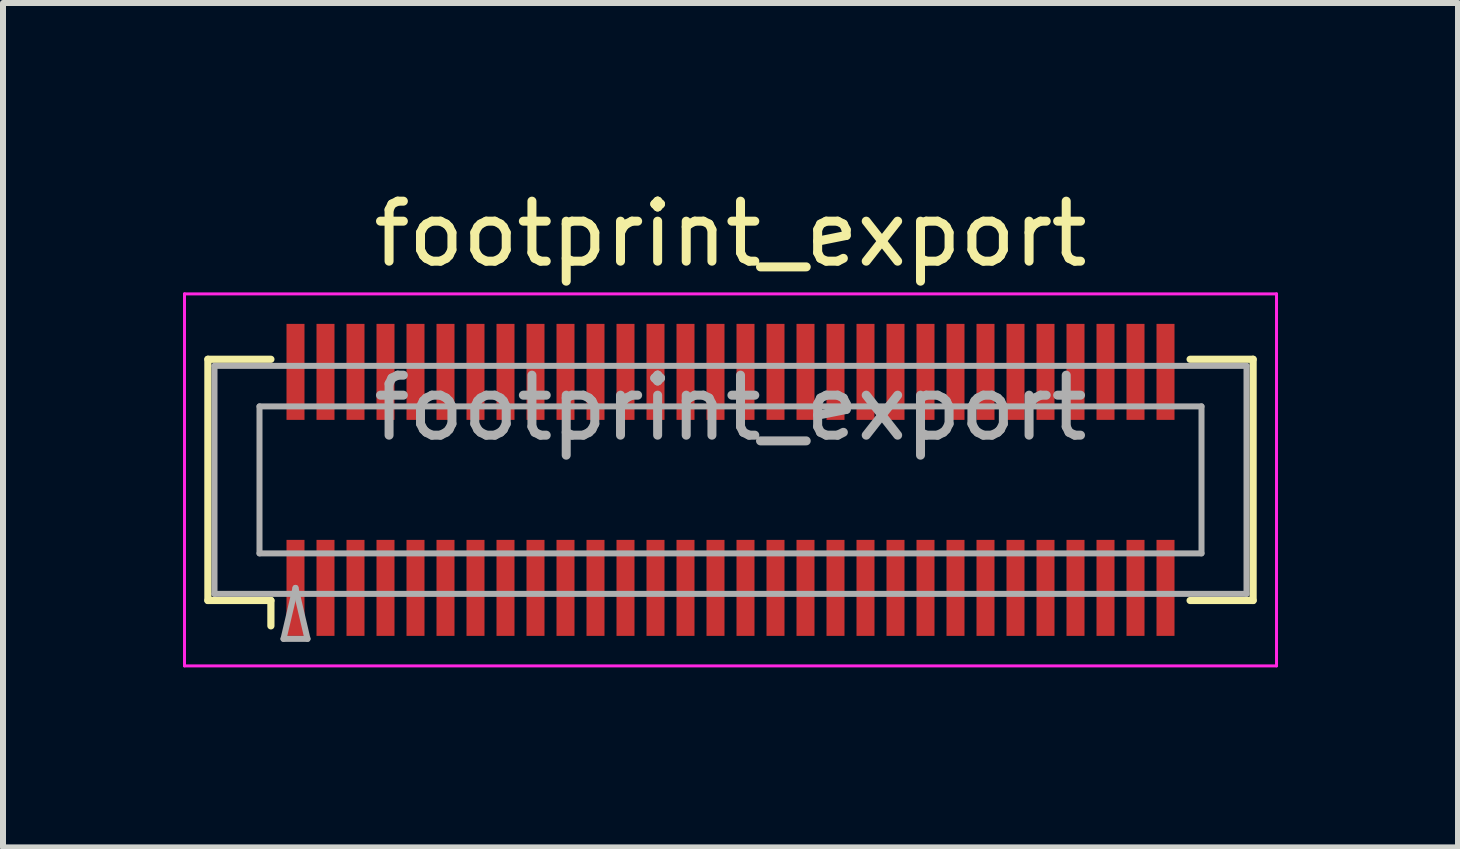
<source format=kicad_pcb>
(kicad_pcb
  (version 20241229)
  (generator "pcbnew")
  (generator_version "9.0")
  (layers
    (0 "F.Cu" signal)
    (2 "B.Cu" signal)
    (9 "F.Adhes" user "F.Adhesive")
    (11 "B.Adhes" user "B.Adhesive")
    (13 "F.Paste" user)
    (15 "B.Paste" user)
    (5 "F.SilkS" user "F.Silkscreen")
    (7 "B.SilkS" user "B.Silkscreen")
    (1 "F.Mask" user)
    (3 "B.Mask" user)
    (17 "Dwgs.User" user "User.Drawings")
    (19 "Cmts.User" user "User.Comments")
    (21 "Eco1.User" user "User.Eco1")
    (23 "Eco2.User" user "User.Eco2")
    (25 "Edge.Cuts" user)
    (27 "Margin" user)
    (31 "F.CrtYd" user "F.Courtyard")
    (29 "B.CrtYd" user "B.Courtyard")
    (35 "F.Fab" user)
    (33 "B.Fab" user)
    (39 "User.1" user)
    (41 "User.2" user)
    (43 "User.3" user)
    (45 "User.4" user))
  (footprint "footprint_export"
    (layer "F.Cu")
    (at 9.125 4.948)
    (property "Reference" "footprint_export" (at 0 -4.1 0) (layer "F.SilkS") (effects (font (size 1 1) (thickness 0.15))))
    (attr smd)
    (fp_line (start -8.71 -2.01) (end -7.66 -2.01) (stroke (width 0.12) (type solid)) (layer "F.SilkS"))
    (fp_line (start -8.71 2.01) (end -8.71 -2.01) (stroke (width 0.12) (type solid)) (layer "F.SilkS"))
    (fp_line (start -7.66 2.01) (end -8.71 2.01) (stroke (width 0.12) (type solid)) (layer "F.SilkS"))
    (fp_line (start -7.66 2.433) (end -7.66 2.01) (stroke (width 0.12) (type solid)) (layer "F.SilkS"))
    (fp_line (start 7.66 2.01) (end 8.71 2.01) (stroke (width 0.12) (type solid)) (layer "F.SilkS"))
    (fp_line (start 8.71 -2.01) (end 7.66 -2.01) (stroke (width 0.12) (type solid)) (layer "F.SilkS"))
    (fp_line (start 8.71 2.01) (end 8.71 -2.01) (stroke (width 0.12) (type solid)) (layer "F.SilkS"))
    (fp_line (start -9.1 -3.1) (end -9.1 3.1) (stroke (width 0.05) (type solid)) (layer "F.CrtYd"))
    (fp_line (start -9.1 3.1) (end 9.1 3.1) (stroke (width 0.05) (type solid)) (layer "F.CrtYd"))
    (fp_line (start 9.1 -3.1) (end -9.1 -3.1) (stroke (width 0.05) (type solid)) (layer "F.CrtYd"))
    (fp_line (start 9.1 3.1) (end 9.1 -3.1) (stroke (width 0.05) (type solid)) (layer "F.CrtYd"))
    (fp_line (start -8.6 -1.9) (end 8.6 -1.9) (stroke (width 0.1) (type solid)) (layer "F.Fab"))
    (fp_line (start -8.6 1.9) (end -8.6 -1.9) (stroke (width 0.1) (type solid)) (layer "F.Fab"))
    (fp_line (start -7.85 -1.225) (end 7.85 -1.225) (stroke (width 0.1) (type solid)) (layer "F.Fab"))
    (fp_line (start -7.85 1.225) (end -7.85 -1.225) (stroke (width 0.1) (type solid)) (layer "F.Fab"))
    (fp_line (start -7.45 2.65) (end -7.25 1.8) (stroke (width 0.1) (type solid)) (layer "F.Fab"))
    (fp_line (start -7.25 1.8) (end -7.05 2.65) (stroke (width 0.1) (type solid)) (layer "F.Fab"))
    (fp_line (start -7.05 2.65) (end -7.45 2.65) (stroke (width 0.1) (type solid)) (layer "F.Fab"))
    (fp_line (start 7.85 -1.225) (end 7.85 1.225) (stroke (width 0.1) (type solid)) (layer "F.Fab"))
    (fp_line (start 7.85 1.225) (end -7.85 1.225) (stroke (width 0.1) (type solid)) (layer "F.Fab"))
    (fp_line (start 8.6 -1.9) (end 8.6 1.9) (stroke (width 0.1) (type solid)) (layer "F.Fab"))
    (fp_line (start 8.6 1.9) (end -8.6 1.9) (stroke (width 0.1) (type solid)) (layer "F.Fab"))
    (fp_text user "${REFERENCE}" (at 0 -1.2 0) (layer "F.Fab") (effects (font (size 1 1) (thickness 0.15))))
    (pad "" smd rect (at -7.25 -2) (size 0.28 1.2) (layers "F.Paste"))
    (pad "" smd rect (at -7.25 2) (size 0.28 1.2) (layers "F.Paste"))
    (pad "" smd rect (at -6.75 -2) (size 0.28 1.2) (layers "F.Paste"))
    (pad "" smd rect (at -6.75 2) (size 0.28 1.2) (layers "F.Paste"))
    (pad "" smd rect (at -6.25 -2) (size 0.28 1.2) (layers "F.Paste"))
    (pad "" smd rect (at -6.25 2) (size 0.28 1.2) (layers "F.Paste"))
    (pad "" smd rect (at -5.75 -2) (size 0.28 1.2) (layers "F.Paste"))
    (pad "" smd rect (at -5.75 2) (size 0.28 1.2) (layers "F.Paste"))
    (pad "" smd rect (at -5.25 -2) (size 0.28 1.2) (layers "F.Paste"))
    (pad "" smd rect (at -5.25 2) (size 0.28 1.2) (layers "F.Paste"))
    (pad "" smd rect (at -4.75 -2) (size 0.28 1.2) (layers "F.Paste"))
    (pad "" smd rect (at -4.75 2) (size 0.28 1.2) (layers "F.Paste"))
    (pad "" smd rect (at -4.25 -2) (size 0.28 1.2) (layers "F.Paste"))
    (pad "" smd rect (at -4.25 2) (size 0.28 1.2) (layers "F.Paste"))
    (pad "" smd rect (at -3.75 -2) (size 0.28 1.2) (layers "F.Paste"))
    (pad "" smd rect (at -3.75 2) (size 0.28 1.2) (layers "F.Paste"))
    (pad "" smd rect (at -3.25 -2) (size 0.28 1.2) (layers "F.Paste"))
    (pad "" smd rect (at -3.25 2) (size 0.28 1.2) (layers "F.Paste"))
    (pad "" smd rect (at -2.75 -2) (size 0.28 1.2) (layers "F.Paste"))
    (pad "" smd rect (at -2.75 2) (size 0.28 1.2) (layers "F.Paste"))
    (pad "" smd rect (at -2.25 -2) (size 0.28 1.2) (layers "F.Paste"))
    (pad "" smd rect (at -2.25 2) (size 0.28 1.2) (layers "F.Paste"))
    (pad "" smd rect (at -1.75 -2) (size 0.28 1.2) (layers "F.Paste"))
    (pad "" smd rect (at -1.75 2) (size 0.28 1.2) (layers "F.Paste"))
    (pad "" smd rect (at -1.25 -2) (size 0.28 1.2) (layers "F.Paste"))
    (pad "" smd rect (at -1.25 2) (size 0.28 1.2) (layers "F.Paste"))
    (pad "" smd rect (at -0.75 -2) (size 0.28 1.2) (layers "F.Paste"))
    (pad "" smd rect (at -0.75 2) (size 0.28 1.2) (layers "F.Paste"))
    (pad "" smd rect (at -0.25 -2) (size 0.28 1.2) (layers "F.Paste"))
    (pad "" smd rect (at -0.25 2) (size 0.28 1.2) (layers "F.Paste"))
    (pad "" smd rect (at 0.25 -2) (size 0.28 1.2) (layers "F.Paste"))
    (pad "" smd rect (at 0.25 2) (size 0.28 1.2) (layers "F.Paste"))
    (pad "" smd rect (at 0.75 -2) (size 0.28 1.2) (layers "F.Paste"))
    (pad "" smd rect (at 0.75 2) (size 0.28 1.2) (layers "F.Paste"))
    (pad "" smd rect (at 1.25 -2) (size 0.28 1.2) (layers "F.Paste"))
    (pad "" smd rect (at 1.25 2) (size 0.28 1.2) (layers "F.Paste"))
    (pad "" smd rect (at 1.75 -2) (size 0.28 1.2) (layers "F.Paste"))
    (pad "" smd rect (at 1.75 2) (size 0.28 1.2) (layers "F.Paste"))
    (pad "" smd rect (at 2.25 -2) (size 0.28 1.2) (layers "F.Paste"))
    (pad "" smd rect (at 2.25 2) (size 0.28 1.2) (layers "F.Paste"))
    (pad "" smd rect (at 2.75 -2) (size 0.28 1.2) (layers "F.Paste"))
    (pad "" smd rect (at 2.75 2) (size 0.28 1.2) (layers "F.Paste"))
    (pad "" smd rect (at 3.25 -2) (size 0.28 1.2) (layers "F.Paste"))
    (pad "" smd rect (at 3.25 2) (size 0.28 1.2) (layers "F.Paste"))
    (pad "" smd rect (at 3.75 -2) (size 0.28 1.2) (layers "F.Paste"))
    (pad "" smd rect (at 3.75 2) (size 0.28 1.2) (layers "F.Paste"))
    (pad "" smd rect (at 4.25 -2) (size 0.28 1.2) (layers "F.Paste"))
    (pad "" smd rect (at 4.25 2) (size 0.28 1.2) (layers "F.Paste"))
    (pad "" smd rect (at 4.75 -2) (size 0.28 1.2) (layers "F.Paste"))
    (pad "" smd rect (at 4.75 2) (size 0.28 1.2) (layers "F.Paste"))
    (pad "" smd rect (at 5.25 -2) (size 0.28 1.2) (layers "F.Paste"))
    (pad "" smd rect (at 5.25 2) (size 0.28 1.2) (layers "F.Paste"))
    (pad "" smd rect (at 5.75 -2) (size 0.28 1.2) (layers "F.Paste"))
    (pad "" smd rect (at 5.75 2) (size 0.28 1.2) (layers "F.Paste"))
    (pad "" smd rect (at 6.25 -2) (size 0.28 1.2) (layers "F.Paste"))
    (pad "" smd rect (at 6.25 2) (size 0.28 1.2) (layers "F.Paste"))
    (pad "" smd rect (at 6.75 -2) (size 0.28 1.2) (layers "F.Paste"))
    (pad "" smd rect (at 6.75 2) (size 0.28 1.2) (layers "F.Paste"))
    (pad "" smd rect (at 7.25 -2) (size 0.28 1.2) (layers "F.Paste"))
    (pad "" smd rect (at 7.25 2) (size 0.28 1.2) (layers "F.Paste"))
    (pad "1" smd rect (at -7.25 1.8) (size 0.3 1.6) (layers "F.Cu" "F.Mask"))
    (pad "2" smd rect (at -6.75 1.8) (size 0.3 1.6) (layers "F.Cu" "F.Mask"))
    (pad "3" smd rect (at -6.25 1.8) (size 0.3 1.6) (layers "F.Cu" "F.Mask"))
    (pad "4" smd rect (at -5.75 1.8) (size 0.3 1.6) (layers "F.Cu" "F.Mask"))
    (pad "5" smd rect (at -5.25 1.8) (size 0.3 1.6) (layers "F.Cu" "F.Mask"))
    (pad "6" smd rect (at -4.75 1.8) (size 0.3 1.6) (layers "F.Cu" "F.Mask"))
    (pad "7" smd rect (at -4.25 1.8) (size 0.3 1.6) (layers "F.Cu" "F.Mask"))
    (pad "8" smd rect (at -3.75 1.8) (size 0.3 1.6) (layers "F.Cu" "F.Mask"))
    (pad "9" smd rect (at -3.25 1.8) (size 0.3 1.6) (layers "F.Cu" "F.Mask"))
    (pad "10" smd rect (at -2.75 1.8) (size 0.3 1.6) (layers "F.Cu" "F.Mask"))
    (pad "11" smd rect (at -2.25 1.8) (size 0.3 1.6) (layers "F.Cu" "F.Mask"))
    (pad "12" smd rect (at -1.75 1.8) (size 0.3 1.6) (layers "F.Cu" "F.Mask"))
    (pad "13" smd rect (at -1.25 1.8) (size 0.3 1.6) (layers "F.Cu" "F.Mask"))
    (pad "14" smd rect (at -0.75 1.8) (size 0.3 1.6) (layers "F.Cu" "F.Mask"))
    (pad "15" smd rect (at -0.25 1.8) (size 0.3 1.6) (layers "F.Cu" "F.Mask"))
    (pad "16" smd rect (at 0.25 1.8) (size 0.3 1.6) (layers "F.Cu" "F.Mask"))
    (pad "17" smd rect (at 0.75 1.8) (size 0.3 1.6) (layers "F.Cu" "F.Mask"))
    (pad "18" smd rect (at 1.25 1.8) (size 0.3 1.6) (layers "F.Cu" "F.Mask"))
    (pad "19" smd rect (at 1.75 1.8) (size 0.3 1.6) (layers "F.Cu" "F.Mask"))
    (pad "20" smd rect (at 2.25 1.8) (size 0.3 1.6) (layers "F.Cu" "F.Mask"))
    (pad "21" smd rect (at 2.75 1.8) (size 0.3 1.6) (layers "F.Cu" "F.Mask"))
    (pad "22" smd rect (at 3.25 1.8) (size 0.3 1.6) (layers "F.Cu" "F.Mask"))
    (pad "23" smd rect (at 3.75 1.8) (size 0.3 1.6) (layers "F.Cu" "F.Mask"))
    (pad "24" smd rect (at 4.25 1.8) (size 0.3 1.6) (layers "F.Cu" "F.Mask"))
    (pad "25" smd rect (at 4.75 1.8) (size 0.3 1.6) (layers "F.Cu" "F.Mask"))
    (pad "26" smd rect (at 5.25 1.8) (size 0.3 1.6) (layers "F.Cu" "F.Mask"))
    (pad "27" smd rect (at 5.75 1.8) (size 0.3 1.6) (layers "F.Cu" "F.Mask"))
    (pad "28" smd rect (at 6.25 1.8) (size 0.3 1.6) (layers "F.Cu" "F.Mask"))
    (pad "29" smd rect (at 6.75 1.8) (size 0.3 1.6) (layers "F.Cu" "F.Mask"))
    (pad "30" smd rect (at 7.25 1.8) (size 0.3 1.6) (layers "F.Cu" "F.Mask"))
    (pad "31" smd rect (at -7.25 -1.8) (size 0.3 1.6) (layers "F.Cu" "F.Mask"))
    (pad "32" smd rect (at -6.75 -1.8) (size 0.3 1.6) (layers "F.Cu" "F.Mask"))
    (pad "33" smd rect (at -6.25 -1.8) (size 0.3 1.6) (layers "F.Cu" "F.Mask"))
    (pad "34" smd rect (at -5.75 -1.8) (size 0.3 1.6) (layers "F.Cu" "F.Mask"))
    (pad "35" smd rect (at -5.25 -1.8) (size 0.3 1.6) (layers "F.Cu" "F.Mask"))
    (pad "36" smd rect (at -4.75 -1.8) (size 0.3 1.6) (layers "F.Cu" "F.Mask"))
    (pad "37" smd rect (at -4.25 -1.8) (size 0.3 1.6) (layers "F.Cu" "F.Mask"))
    (pad "38" smd rect (at -3.75 -1.8) (size 0.3 1.6) (layers "F.Cu" "F.Mask"))
    (pad "39" smd rect (at -3.25 -1.8) (size 0.3 1.6) (layers "F.Cu" "F.Mask"))
    (pad "40" smd rect (at -2.75 -1.8) (size 0.3 1.6) (layers "F.Cu" "F.Mask"))
    (pad "41" smd rect (at -2.25 -1.8) (size 0.3 1.6) (layers "F.Cu" "F.Mask"))
    (pad "42" smd rect (at -1.75 -1.8) (size 0.3 1.6) (layers "F.Cu" "F.Mask"))
    (pad "43" smd rect (at -1.25 -1.8) (size 0.3 1.6) (layers "F.Cu" "F.Mask"))
    (pad "44" smd rect (at -0.75 -1.8) (size 0.3 1.6) (layers "F.Cu" "F.Mask"))
    (pad "45" smd rect (at -0.25 -1.8) (size 0.3 1.6) (layers "F.Cu" "F.Mask"))
    (pad "46" smd rect (at 0.25 -1.8) (size 0.3 1.6) (layers "F.Cu" "F.Mask"))
    (pad "47" smd rect (at 0.75 -1.8) (size 0.3 1.6) (layers "F.Cu" "F.Mask"))
    (pad "48" smd rect (at 1.25 -1.8) (size 0.3 1.6) (layers "F.Cu" "F.Mask"))
    (pad "49" smd rect (at 1.75 -1.8) (size 0.3 1.6) (layers "F.Cu" "F.Mask"))
    (pad "50" smd rect (at 2.25 -1.8) (size 0.3 1.6) (layers "F.Cu" "F.Mask"))
    (pad "51" smd rect (at 2.75 -1.8) (size 0.3 1.6) (layers "F.Cu" "F.Mask"))
    (pad "52" smd rect (at 3.25 -1.8) (size 0.3 1.6) (layers "F.Cu" "F.Mask"))
    (pad "53" smd rect (at 3.75 -1.8) (size 0.3 1.6) (layers "F.Cu" "F.Mask"))
    (pad "54" smd rect (at 4.25 -1.8) (size 0.3 1.6) (layers "F.Cu" "F.Mask"))
    (pad "55" smd rect (at 4.75 -1.8) (size 0.3 1.6) (layers "F.Cu" "F.Mask"))
    (pad "56" smd rect (at 5.25 -1.8) (size 0.3 1.6) (layers "F.Cu" "F.Mask"))
    (pad "57" smd rect (at 5.75 -1.8) (size 0.3 1.6) (layers "F.Cu" "F.Mask"))
    (pad "58" smd rect (at 6.25 -1.8) (size 0.3 1.6) (layers "F.Cu" "F.Mask"))
    (pad "59" smd rect (at 6.75 -1.8) (size 0.3 1.6) (layers "F.Cu" "F.Mask"))
    (pad "60" smd rect (at 7.25 -1.8) (size 0.3 1.6) (layers "F.Cu" "F.Mask")))
  (gr_rect
    (start -3 -3)
    (end 21.25 11.073)
    (stroke (width 0.1) (type default))
    (fill no)
    (layer "Edge.Cuts")))
</source>
